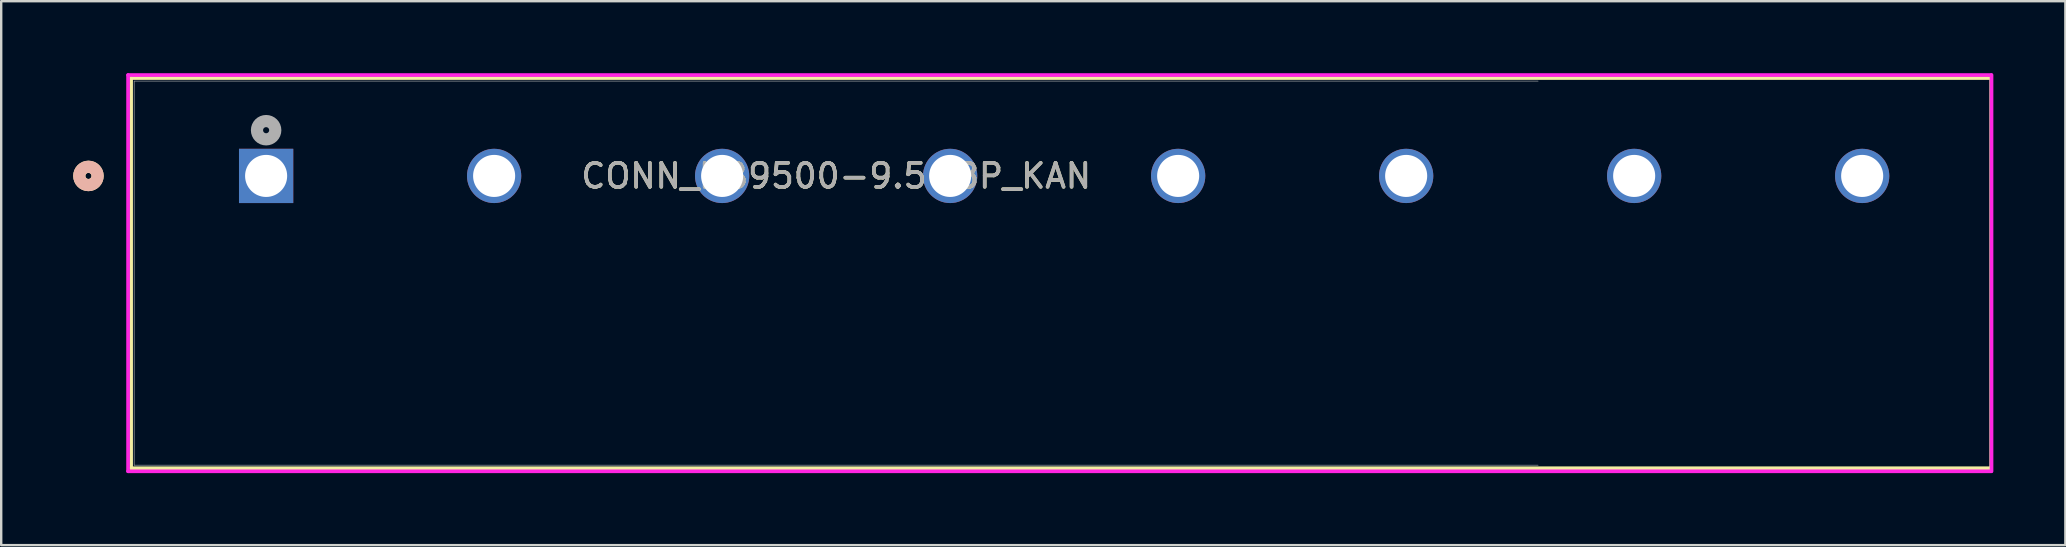
<source format=kicad_pcb>
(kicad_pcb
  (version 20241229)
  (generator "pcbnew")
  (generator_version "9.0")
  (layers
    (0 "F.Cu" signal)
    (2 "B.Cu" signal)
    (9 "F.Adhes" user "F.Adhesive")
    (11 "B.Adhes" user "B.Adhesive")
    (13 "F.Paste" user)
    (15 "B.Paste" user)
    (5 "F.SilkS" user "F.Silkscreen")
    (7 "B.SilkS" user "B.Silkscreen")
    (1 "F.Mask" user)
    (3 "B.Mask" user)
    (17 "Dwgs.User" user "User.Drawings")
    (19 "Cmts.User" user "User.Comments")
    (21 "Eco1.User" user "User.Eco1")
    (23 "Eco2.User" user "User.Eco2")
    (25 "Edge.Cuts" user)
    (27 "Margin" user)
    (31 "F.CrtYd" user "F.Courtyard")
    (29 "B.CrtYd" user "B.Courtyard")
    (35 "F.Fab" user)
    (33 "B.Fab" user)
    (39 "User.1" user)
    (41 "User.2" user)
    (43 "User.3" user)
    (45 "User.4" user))
  (footprint "CONN_HB9500-9.5-8P_KAN"
    (layer "F.Cu")
    (at 8.038 4.28)
    (property "Reference" "CONN_HB9500-9.5-8P_KAN" (at 23.75 0 0) (unlocked yes) (layer "F.SilkS") (effects (font (size 1 1) (thickness 0.15))))
    (attr through_hole)
    (fp_line (start -5.625 -4.077) (end -5.625 12.179) (stroke (width 0.152) (type solid)) (layer "F.SilkS"))
    (fp_line (start -5.625 12.179) (end 71.875 12.179) (stroke (width 0.152) (type solid)) (layer "F.SilkS"))
    (fp_line (start 71.875 -4.077) (end -5.625 -4.077) (stroke (width 0.152) (type solid)) (layer "F.SilkS"))
    (fp_line (start 71.875 12.16) (end 71.875 -4.077) (stroke (width 0.152) (type solid)) (layer "F.SilkS"))
    (fp_circle (center -7.403 0) (end -7.022 0) (stroke (width 0.508) (type solid)) (fill no) (layer "F.SilkS"))
    (fp_circle (center -7.403 0) (end -7.022 0) (stroke (width 0.508) (type solid)) (fill no) (layer "B.SilkS"))
    (fp_line (start -5.752 -4.204) (end -5.752 12.306) (stroke (width 0.152) (type solid)) (layer "F.CrtYd"))
    (fp_line (start -5.752 12.306) (end 71.875 12.306) (stroke (width 0.152) (type solid)) (layer "F.CrtYd"))
    (fp_line (start 71.875 -4.204) (end -5.752 -4.204) (stroke (width 0.152) (type solid)) (layer "F.CrtYd"))
    (fp_line (start 71.89 12.306) (end 71.89 -4.204) (stroke (width 0.152) (type solid)) (layer "F.CrtYd"))
    (fp_line (start -5.498 -3.95) (end -5.498 12.052) (stroke (width 0.025) (type solid)) (layer "F.Fab"))
    (fp_line (start -5.498 12.052) (end 52.998 12.052) (stroke (width 0.025) (type solid)) (layer "F.Fab"))
    (fp_line (start 52.998 -3.95) (end -5.498 -3.95) (stroke (width 0.025) (type solid)) (layer "F.Fab"))
    (fp_line (start 71.875 12.052) (end 71.875 -3.95) (stroke (width 0.025) (type solid)) (layer "F.Fab"))
    (fp_circle (center 0 -1.905) (end 0.381 -1.905) (stroke (width 0.508) (type solid)) (fill no) (layer "F.Fab"))
    (fp_text user "${REFERENCE}" (at 23.75 0 0) (unlocked yes) (layer "F.Fab") (effects (font (size 1 1) (thickness 0.15))))
    (pad "1" thru_hole rect (at 0 0) (size 2.261 2.261) (drill 1.753) (layers "*.Cu" "*.Mask"))
    (pad "2" thru_hole circle (at 9.5 0) (size 2.261 2.261) (drill 1.753) (layers "*.Cu" "*.Mask"))
    (pad "3" thru_hole circle (at 19 0) (size 2.261 2.261) (drill 1.753) (layers "*.Cu" "*.Mask"))
    (pad "4" thru_hole circle (at 28.5 0) (size 2.261 2.261) (drill 1.753) (layers "*.Cu" "*.Mask"))
    (pad "5" thru_hole circle (at 38 0) (size 2.261 2.261) (drill 1.753) (layers "*.Cu" "*.Mask"))
    (pad "6" thru_hole circle (at 47.5 0) (size 2.261 2.261) (drill 1.753) (layers "*.Cu" "*.Mask"))
    (pad "7" thru_hole circle (at 57 0) (size 2.261 2.261) (drill 1.753) (layers "*.Cu" "*.Mask"))
    (pad "8" thru_hole circle (at 66.5 0) (size 2.261 2.261) (drill 1.753) (layers "*.Cu" "*.Mask")))
  (gr_rect
    (start -3 -3)
    (end 83.004 19.662)
    (stroke (width 0.1) (type default))
    (fill no)
    (layer "Edge.Cuts")))
</source>
